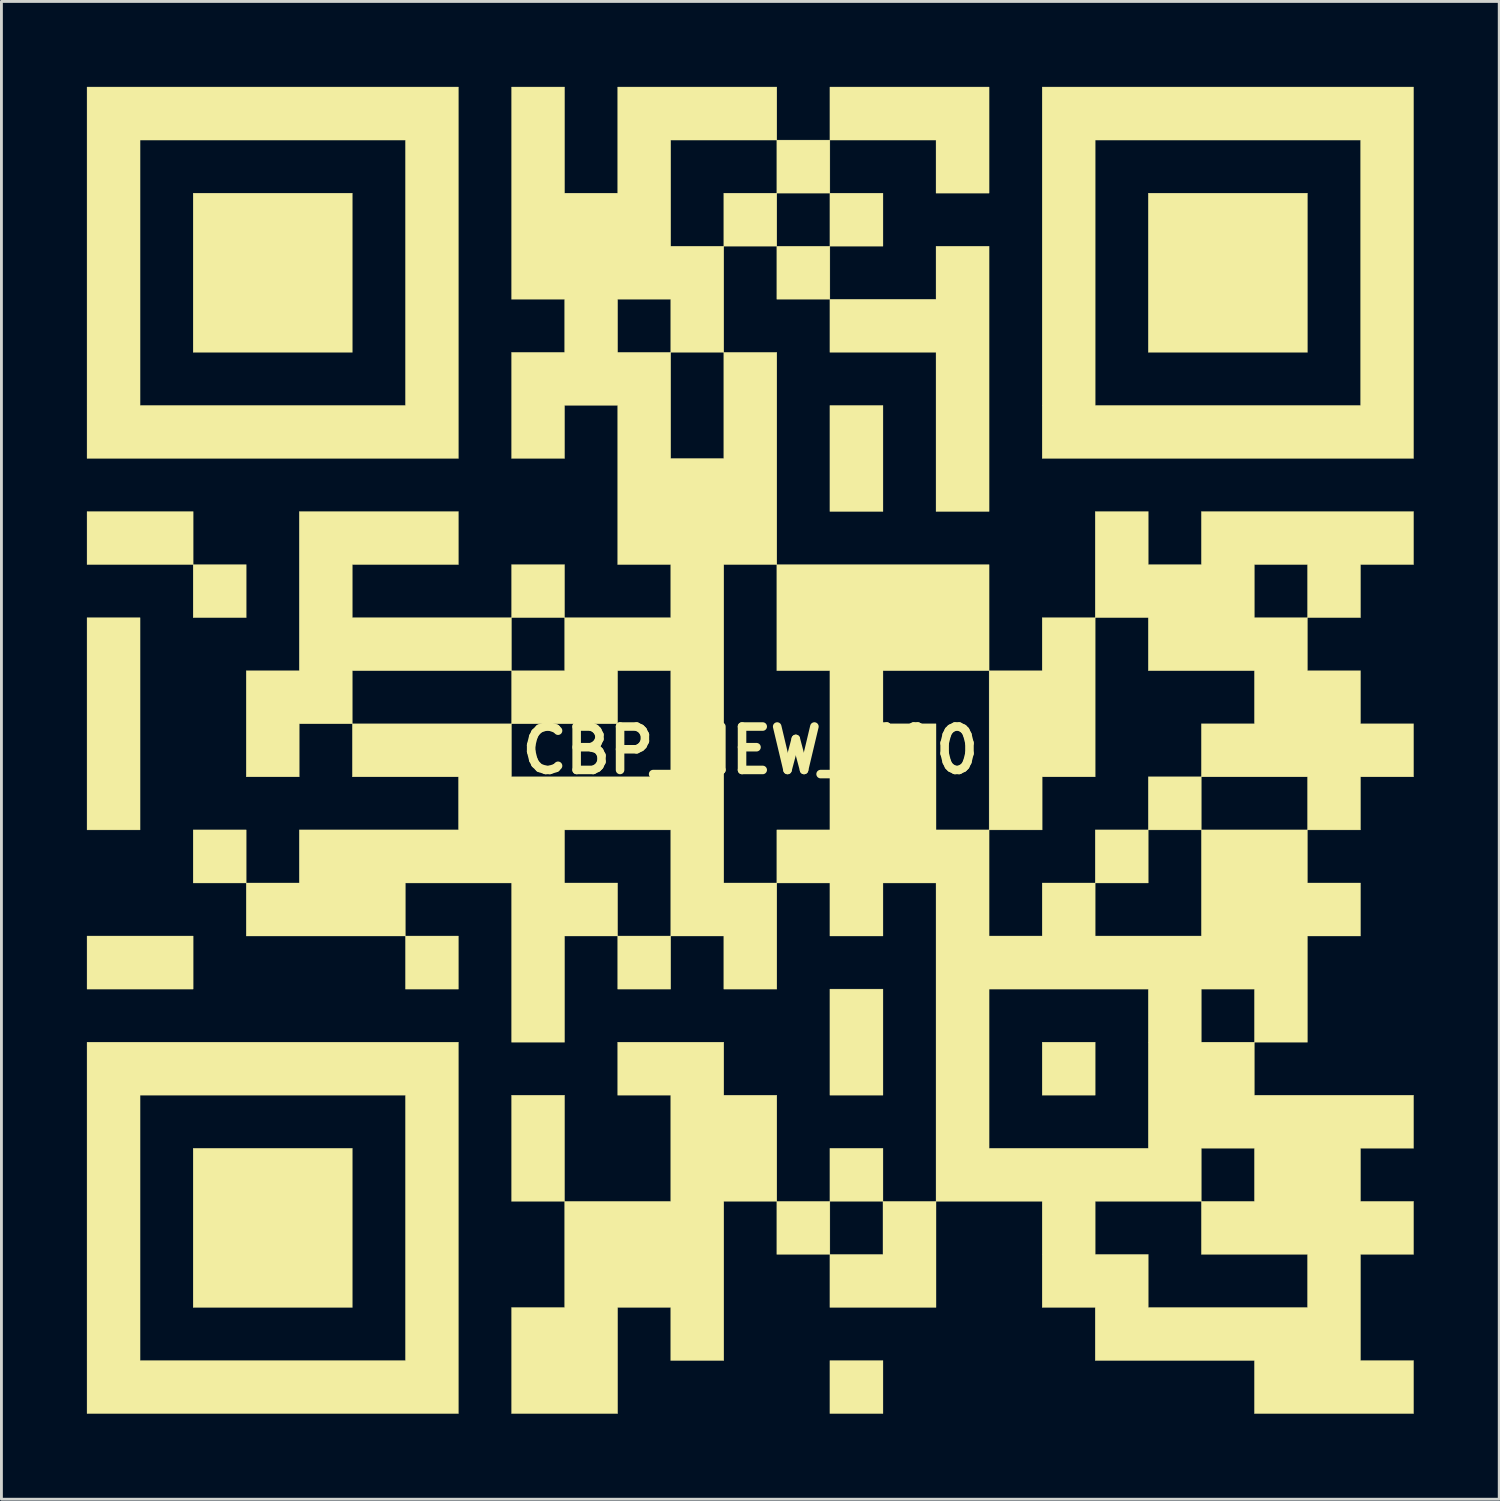
<source format=kicad_pcb>
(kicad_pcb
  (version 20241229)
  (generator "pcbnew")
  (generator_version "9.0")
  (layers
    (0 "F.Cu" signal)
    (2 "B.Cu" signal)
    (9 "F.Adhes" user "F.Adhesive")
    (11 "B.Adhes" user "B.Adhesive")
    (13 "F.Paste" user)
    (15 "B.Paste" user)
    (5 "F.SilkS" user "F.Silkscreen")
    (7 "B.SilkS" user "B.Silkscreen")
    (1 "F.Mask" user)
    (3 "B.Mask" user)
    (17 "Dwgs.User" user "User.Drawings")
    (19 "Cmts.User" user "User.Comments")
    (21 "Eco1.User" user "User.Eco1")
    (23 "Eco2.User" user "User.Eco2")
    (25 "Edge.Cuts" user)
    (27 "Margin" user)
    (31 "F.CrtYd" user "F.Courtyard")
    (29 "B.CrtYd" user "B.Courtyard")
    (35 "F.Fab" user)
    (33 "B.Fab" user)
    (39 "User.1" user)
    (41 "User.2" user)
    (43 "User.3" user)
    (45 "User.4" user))
  (footprint "CBP_NEW_300"
    (layer "F.Cu")
    (at 23.288 23.288)
    (property "Reference" "CBP_NEW_300" (at 0 0 0) (layer "F.SilkS") (effects (font (size 1.524 1.524) (thickness 0.3))))
    (attr through_hole)
    (fp_poly (pts (xy -21.421 2.794) (xy -23.283 2.794) (xy -23.283 -4.657) (xy -21.421 -4.657) (xy -21.421 2.794)) (stroke (width 0.01) (type solid)) (fill yes) (layer "F.SilkS"))
    (fp_poly (pts (xy -19.558 -6.519) (xy -23.283 -6.519) (xy -23.283 -8.382) (xy -19.558 -8.382) (xy -19.558 -6.519)) (stroke (width 0.01) (type solid)) (fill yes) (layer "F.SilkS"))
    (fp_poly (pts (xy -19.558 8.382) (xy -23.283 8.382) (xy -23.283 6.519) (xy -19.558 6.519) (xy -19.558 8.382)) (stroke (width 0.01) (type solid)) (fill yes) (layer "F.SilkS"))
    (fp_poly (pts (xy -17.695 -4.657) (xy -19.558 -4.657) (xy -19.558 -6.519) (xy -17.695 -6.519) (xy -17.695 -4.657)) (stroke (width 0.01) (type solid)) (fill yes) (layer "F.SilkS"))
    (fp_poly (pts (xy -17.695 4.657) (xy -19.558 4.657) (xy -19.558 2.794) (xy -17.695 2.794) (xy -17.695 4.657)) (stroke (width 0.01) (type solid)) (fill yes) (layer "F.SilkS"))
    (fp_poly (pts (xy -13.97 -13.97) (xy -19.558 -13.97) (xy -19.558 -19.558) (xy -13.97 -19.558) (xy -13.97 -13.97)) (stroke (width 0.01) (type solid)) (fill yes) (layer "F.SilkS"))
    (fp_poly (pts (xy -13.97 19.558) (xy -19.558 19.558) (xy -19.558 13.97) (xy -13.97 13.97) (xy -13.97 19.558)) (stroke (width 0.01) (type solid)) (fill yes) (layer "F.SilkS"))
    (fp_poly (pts (xy -10.245 8.382) (xy -12.107 8.382) (xy -12.107 6.519) (xy -10.245 6.519) (xy -10.245 8.382)) (stroke (width 0.01) (type solid)) (fill yes) (layer "F.SilkS"))
    (fp_poly (pts (xy -6.519 15.833) (xy -8.382 15.833) (xy -8.382 12.107) (xy -6.519 12.107) (xy -6.519 15.833)) (stroke (width 0.01) (type solid)) (fill yes) (layer "F.SilkS"))
    (fp_poly (pts (xy 2.794 -15.833) (xy 0.931 -15.833) (xy 0.931 -17.695) (xy 2.794 -17.695) (xy 2.794 -15.833)) (stroke (width 0.01) (type solid)) (fill yes) (layer "F.SilkS"))
    (fp_poly (pts (xy 4.657 -17.695) (xy 2.794 -17.695) (xy 2.794 -19.558) (xy 4.657 -19.558) (xy 4.657 -17.695)) (stroke (width 0.01) (type solid)) (fill yes) (layer "F.SilkS"))
    (fp_poly (pts (xy 4.657 -8.382) (xy 2.794 -8.382) (xy 2.794 -12.107) (xy 4.657 -12.107) (xy 4.657 -8.382)) (stroke (width 0.01) (type solid)) (fill yes) (layer "F.SilkS"))
    (fp_poly (pts (xy 4.657 12.107) (xy 2.794 12.107) (xy 2.794 8.382) (xy 4.657 8.382) (xy 4.657 12.107)) (stroke (width 0.01) (type solid)) (fill yes) (layer "F.SilkS"))
    (fp_poly (pts (xy 4.657 23.283) (xy 2.794 23.283) (xy 2.794 21.421) (xy 4.657 21.421) (xy 4.657 23.283)) (stroke (width 0.01) (type solid)) (fill yes) (layer "F.SilkS"))
    (fp_poly (pts (xy 12.107 12.107) (xy 10.245 12.107) (xy 10.245 10.245) (xy 12.107 10.245) (xy 12.107 12.107)) (stroke (width 0.01) (type solid)) (fill yes) (layer "F.SilkS"))
    (fp_poly (pts (xy 13.97 4.657) (xy 12.107 4.657) (xy 12.107 2.794) (xy 13.97 2.794) (xy 13.97 4.657)) (stroke (width 0.01) (type solid)) (fill yes) (layer "F.SilkS"))
    (fp_poly (pts (xy 15.833 2.794) (xy 13.97 2.794) (xy 13.97 0.931) (xy 15.833 0.931) (xy 15.833 2.794)) (stroke (width 0.01) (type solid)) (fill yes) (layer "F.SilkS"))
    (fp_poly (pts (xy 19.558 -13.97) (xy 13.97 -13.97) (xy 13.97 -19.558) (xy 19.558 -19.558) (xy 19.558 -13.97)) (stroke (width 0.01) (type solid)) (fill yes) (layer "F.SilkS"))
    (fp_poly (pts (xy 8.382 -19.558) (xy 6.519 -19.558) (xy 6.519 -21.421) (xy 2.794 -21.421) (xy 2.794 -23.283) (xy 8.382 -23.283) (xy 8.382 -19.558)) (stroke (width 0.01) (type solid)) (fill yes) (layer "F.SilkS"))
    (fp_poly (pts (xy 8.382 -8.382) (xy 6.519 -8.382) (xy 6.519 -13.97) (xy 2.794 -13.97) (xy 2.794 -15.833) (xy 6.519 -15.833) (xy 6.519 -17.695) (xy 8.382 -17.695) (xy 8.382 -8.382)) (stroke (width 0.01) (type solid)) (fill yes) (layer "F.SilkS"))
    (fp_poly (pts (xy -10.245 -10.245) (xy -23.283 -10.245) (xy -23.283 -21.421) (xy -21.421 -21.421) (xy -21.421 -12.107) (xy -12.107 -12.107) (xy -12.107 -21.421) (xy -21.421 -21.421) (xy -23.283 -21.421) (xy -23.283 -23.283) (xy -10.245 -23.283) (xy -10.245 -10.245)) (stroke (width 0.01) (type solid)) (fill yes) (layer "F.SilkS"))
    (fp_poly (pts (xy -10.245 23.283) (xy -23.283 23.283) (xy -23.283 12.107) (xy -21.421 12.107) (xy -21.421 21.421) (xy -12.107 21.421) (xy -12.107 12.107) (xy -21.421 12.107) (xy -23.283 12.107) (xy -23.283 10.245) (xy -10.245 10.245) (xy -10.245 23.283)) (stroke (width 0.01) (type solid)) (fill yes) (layer "F.SilkS"))
    (fp_poly (pts (xy 23.283 -10.245) (xy 10.245 -10.245) (xy 10.245 -21.421) (xy 12.107 -21.421) (xy 12.107 -12.107) (xy 21.421 -12.107) (xy 21.421 -21.421) (xy 12.107 -21.421) (xy 10.245 -21.421) (xy 10.245 -23.283) (xy 23.283 -23.283) (xy 23.283 -10.245)) (stroke (width 0.01) (type solid)) (fill yes) (layer "F.SilkS"))
    (fp_poly (pts (xy 6.519 15.833) (xy 6.519 19.558) (xy 2.794 19.558) (xy 2.794 17.695) (xy 0.931 17.695) (xy 0.931 15.833) (xy 2.794 15.833) (xy 2.794 17.695) (xy 4.657 17.695) (xy 4.657 15.833) (xy 2.794 15.833) (xy 2.794 13.97) (xy 4.657 13.97) (xy 4.657 15.833) (xy 6.519 15.833)) (stroke (width 0.01) (type solid)) (fill yes) (layer "F.SilkS"))
    (fp_poly (pts (xy -0.931 12.107) (xy 0.931 12.107) (xy 0.931 15.833) (xy -0.931 15.833) (xy -0.931 21.421) (xy -2.794 21.421) (xy -2.794 19.558) (xy -4.657 19.558) (xy -4.657 23.283) (xy -8.382 23.283) (xy -8.382 19.558) (xy -6.519 19.558) (xy -6.519 15.833) (xy -2.794 15.833) (xy -2.794 12.107) (xy -4.657 12.107) (xy -4.657 10.245) (xy -0.931 10.245) (xy -0.931 12.107)) (stroke (width 0.01) (type solid)) (fill yes) (layer "F.SilkS"))
    (fp_poly (pts (xy 0.931 -13.97) (xy 0.931 -6.519) (xy -0.931 -6.519) (xy -0.931 4.657) (xy 0.931 4.657) (xy 0.931 8.382) (xy -0.931 8.382) (xy -0.931 6.519) (xy -2.794 6.519) (xy -2.794 8.382) (xy -4.657 8.382) (xy -4.657 6.519) (xy -6.519 6.519) (xy -6.519 10.245) (xy -8.382 10.245) (xy -8.382 4.657) (xy -12.107 4.657) (xy -12.107 6.519) (xy -17.695 6.519) (xy -17.695 4.657) (xy -15.833 4.657) (xy -15.833 2.794) (xy -10.245 2.794) (xy -6.519 2.794) (xy -6.519 4.657) (xy -4.657 4.657) (xy -4.657 6.519) (xy -2.794 6.519) (xy -2.794 2.794) (xy -6.519 2.794) (xy -10.245 2.794) (xy -10.245 0.931) (xy -13.97 0.931) (xy -13.97 -0.931) (xy -15.833 -0.931) (xy -15.833 0.931) (xy -17.695 0.931) (xy -17.695 -2.794) (xy -15.833 -2.794) (xy -13.97 -2.794) (xy -13.97 -0.931) (xy -8.382 -0.931) (xy -8.382 0.931) (xy -2.794 0.931) (xy -2.794 -2.794) (xy -4.657 -2.794) (xy -4.657 -0.931) (xy -8.382 -0.931) (xy -8.382 -2.794) (xy -13.97 -2.794) (xy -15.833 -2.794) (xy -15.833 -8.382) (xy -10.245 -8.382) (xy -10.245 -6.519) (xy -13.97 -6.519) (xy -13.97 -4.657) (xy -8.382 -4.657) (xy -8.382 -2.794) (xy -6.519 -2.794) (xy -6.519 -4.657) (xy -8.382 -4.657) (xy -8.382 -6.519) (xy -6.519 -6.519) (xy -6.519 -4.657) (xy -2.794 -4.657) (xy -2.794 -6.519) (xy -4.657 -6.519) (xy -4.657 -12.107) (xy -6.519 -12.107) (xy -6.519 -10.245) (xy -8.382 -10.245) (xy -8.382 -13.97) (xy -6.519 -13.97) (xy -6.519 -15.833) (xy -4.657 -15.833) (xy -4.657 -13.97) (xy -2.794 -13.97) (xy -2.794 -10.245) (xy -0.931 -10.245) (xy -0.931 -13.97) (xy -2.794 -13.97) (xy -2.794 -15.833) (xy -4.657 -15.833) (xy -6.519 -15.833) (xy -8.382 -15.833) (xy -8.382 -23.283) (xy -6.519 -23.283) (xy -6.519 -19.558) (xy -4.657 -19.558) (xy -4.657 -21.421) (xy -2.794 -21.421) (xy -2.794 -17.695) (xy -0.931 -17.695) (xy -0.931 -19.558) (xy 0.931 -19.558) (xy 0.931 -21.421) (xy -2.794 -21.421) (xy -4.657 -21.421) (xy -4.657 -23.283) (xy 0.931 -23.283) (xy 0.931 -21.421) (xy 2.794 -21.421) (xy 2.794 -19.558) (xy 0.931 -19.558) (xy 0.931 -17.695) (xy -0.931 -17.695) (xy -0.931 -13.97) (xy 0.931 -13.97)) (stroke (width 0.01) (type solid)) (fill yes) (layer "F.SilkS"))
    (fp_poly (pts (xy 13.97 -6.519) (xy 15.833 -6.519) (xy 17.695 -6.519) (xy 17.695 -4.657) (xy 19.558 -4.657) (xy 19.558 -6.519) (xy 17.695 -6.519) (xy 15.833 -6.519) (xy 15.833 -8.382) (xy 23.283 -8.382) (xy 23.283 -6.519) (xy 21.421 -6.519) (xy 21.421 -4.657) (xy 19.558 -4.657) (xy 19.558 -2.794) (xy 21.421 -2.794) (xy 21.421 -0.931) (xy 23.283 -0.931) (xy 23.283 0.931) (xy 21.421 0.931) (xy 21.421 2.794) (xy 19.558 2.794) (xy 19.558 4.657) (xy 21.421 4.657) (xy 21.421 6.519) (xy 19.558 6.519) (xy 19.558 10.245) (xy 17.695 10.245) (xy 17.695 12.107) (xy 23.283 12.107) (xy 23.283 13.97) (xy 21.421 13.97) (xy 21.421 15.833) (xy 23.283 15.833) (xy 23.283 17.695) (xy 21.421 17.695) (xy 21.421 21.421) (xy 23.283 21.421) (xy 23.283 23.283) (xy 17.695 23.283) (xy 17.695 21.421) (xy 12.107 21.421) (xy 12.107 19.558) (xy 10.245 19.558) (xy 10.245 15.833) (xy 12.107 15.833) (xy 12.107 17.695) (xy 13.97 17.695) (xy 13.97 19.558) (xy 19.558 19.558) (xy 19.558 17.695) (xy 15.833 17.695) (xy 15.833 15.833) (xy 12.107 15.833) (xy 10.245 15.833) (xy 6.519 15.833) (xy 6.519 8.382) (xy 8.382 8.382) (xy 8.382 13.97) (xy 13.97 13.97) (xy 15.833 13.97) (xy 15.833 15.833) (xy 17.695 15.833) (xy 17.695 13.97) (xy 15.833 13.97) (xy 13.97 13.97) (xy 13.97 8.382) (xy 15.833 8.382) (xy 15.833 10.245) (xy 17.695 10.245) (xy 17.695 8.382) (xy 15.833 8.382) (xy 13.97 8.382) (xy 8.382 8.382) (xy 6.519 8.382) (xy 6.519 4.657) (xy 4.657 4.657) (xy 4.657 6.519) (xy 2.794 6.519) (xy 2.794 4.657) (xy 0.931 4.657) (xy 0.931 2.794) (xy 2.794 2.794) (xy 2.794 -2.794) (xy 4.657 -2.794) (xy 4.657 -0.931) (xy 6.519 -0.931) (xy 6.519 2.794) (xy 8.382 2.794) (xy 8.382 6.519) (xy 10.245 6.519) (xy 10.245 4.657) (xy 12.107 4.657) (xy 12.107 6.519) (xy 15.833 6.519) (xy 15.833 2.794) (xy 19.558 2.794) (xy 19.558 0.931) (xy 15.833 0.931) (xy 15.833 -0.931) (xy 17.695 -0.931) (xy 17.695 -2.794) (xy 13.97 -2.794) (xy 13.97 -4.657) (xy 12.107 -4.657) (xy 12.107 0.931) (xy 10.245 0.931) (xy 10.245 2.794) (xy 8.382 2.794) (xy 8.382 -2.794) (xy 4.657 -2.794) (xy 2.794 -2.794) (xy 0.931 -2.794) (xy 0.931 -6.519) (xy 8.382 -6.519) (xy 8.382 -2.794) (xy 10.245 -2.794) (xy 10.245 -4.657) (xy 12.107 -4.657) (xy 12.107 -8.382) (xy 13.97 -8.382) (xy 13.97 -6.519)) (stroke (width 0.01) (type solid)) (fill yes) (layer "F.SilkS")))
  (gr_rect
    (start -3 -3)
    (end 49.577 49.577)
    (stroke (width 0.1) (type default))
    (fill no)
    (layer "Edge.Cuts")))
</source>
